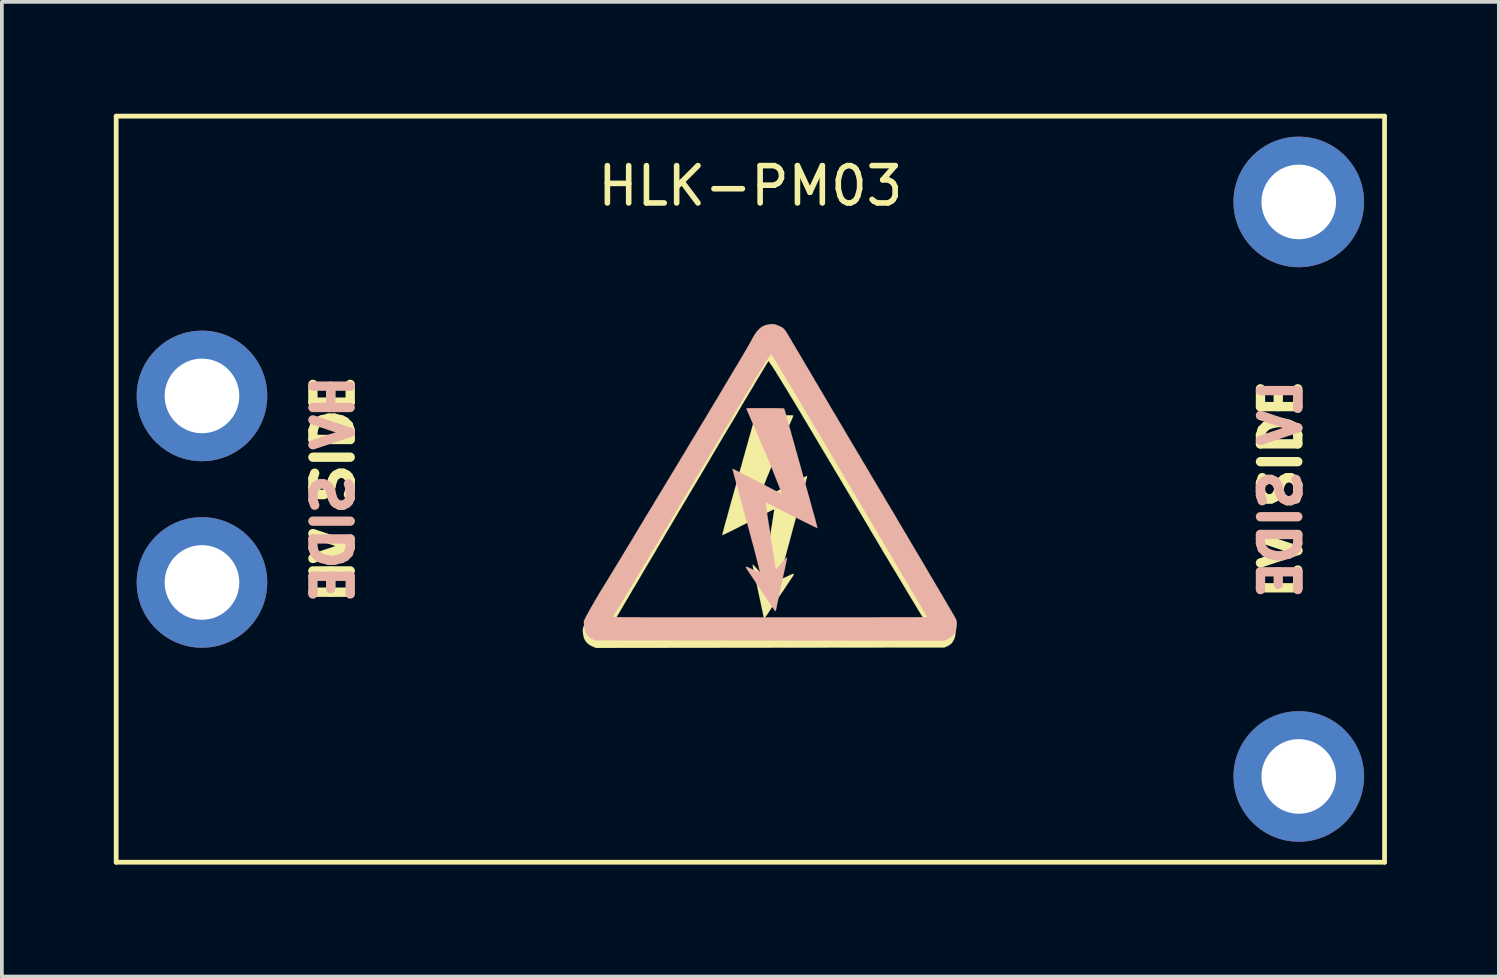
<source format=kicad_pcb>
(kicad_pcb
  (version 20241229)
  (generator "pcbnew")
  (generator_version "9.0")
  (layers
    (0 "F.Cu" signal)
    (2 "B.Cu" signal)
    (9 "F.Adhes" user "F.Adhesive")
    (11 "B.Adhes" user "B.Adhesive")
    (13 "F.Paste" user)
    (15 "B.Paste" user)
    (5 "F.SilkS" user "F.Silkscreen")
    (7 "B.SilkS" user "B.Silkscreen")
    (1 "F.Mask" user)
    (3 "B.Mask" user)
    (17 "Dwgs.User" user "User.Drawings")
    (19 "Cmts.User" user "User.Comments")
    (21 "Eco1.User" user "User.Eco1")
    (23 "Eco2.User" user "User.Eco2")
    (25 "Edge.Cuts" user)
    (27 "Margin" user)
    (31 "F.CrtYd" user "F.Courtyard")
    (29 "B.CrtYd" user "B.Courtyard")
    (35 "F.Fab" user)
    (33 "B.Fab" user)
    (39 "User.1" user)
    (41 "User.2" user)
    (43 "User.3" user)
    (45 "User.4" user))
  (footprint "HLK-PM03"
    (layer "F.Cu")
    (at 17.064 10.063)
    (property "Reference" "HLK-PM03" (at 0 -8.128 0) (layer "F.SilkS") (effects (font (size 1 1) (thickness 0.15))))
    (attr through_hole)
    (fp_line (start -17 -10) (end -17 10) (stroke (width 0.127) (type solid)) (layer "F.SilkS"))
    (fp_line (start -17 10) (end 17 10) (stroke (width 0.127) (type solid)) (layer "F.SilkS"))
    (fp_line (start 17 -10) (end -17 -10) (stroke (width 0.127) (type solid)) (layer "F.SilkS"))
    (fp_line (start 17 10) (end 17 -10) (stroke (width 0.127) (type solid)) (layer "F.SilkS"))
    (fp_poly (pts (xy 1.524 -0.358) (xy 1.521 -0.348) (xy 1.516 -0.323) (xy 1.506 -0.284) (xy 1.494 -0.239) (xy 1.494 -0.229) (xy 1.476 -0.17) (xy 1.458 -0.102) (xy 1.438 -0.028) (xy 1.42 0.036) (xy 1.417 0.043) (xy 1.405 0.089) (xy 1.392 0.132) (xy 1.382 0.175) (xy 1.369 0.221) (xy 1.354 0.272) (xy 1.339 0.33) (xy 1.321 0.401) (xy 1.298 0.485) (xy 1.27 0.587) (xy 1.267 0.589) (xy 1.24 0.696) (xy 1.217 0.782) (xy 1.196 0.859) (xy 1.179 0.922) (xy 1.163 0.98) (xy 1.148 1.031) (xy 1.135 1.082) (xy 1.12 1.133) (xy 1.118 1.146) (xy 1.102 1.204) (xy 1.087 1.262) (xy 1.072 1.316) (xy 1.062 1.356) (xy 1.059 1.367) (xy 1.019 1.514) (xy 0.98 1.656) (xy 0.945 1.788) (xy 0.912 1.913) (xy 0.884 2.024) (xy 0.859 2.126) (xy 0.836 2.212) (xy 0.818 2.289) (xy 0.805 2.347) (xy 0.795 2.388) (xy 0.792 2.413) (xy 0.792 2.421) (xy 0.805 2.418) (xy 0.831 2.408) (xy 0.871 2.39) (xy 0.917 2.37) (xy 0.963 2.349) (xy 1.029 2.319) (xy 1.079 2.296) (xy 1.115 2.281) (xy 1.14 2.273) (xy 1.158 2.271) (xy 1.166 2.273) (xy 1.168 2.273) (xy 1.168 2.276) (xy 1.166 2.283) (xy 1.161 2.294) (xy 1.151 2.309) (xy 1.138 2.332) (xy 1.118 2.365) (xy 1.09 2.405) (xy 1.054 2.459) (xy 1.011 2.522) (xy 0.958 2.601) (xy 0.897 2.695) (xy 0.884 2.715) (xy 0.828 2.794) (xy 0.77 2.883) (xy 0.709 2.972) (xy 0.653 3.058) (xy 0.599 3.137) (xy 0.551 3.205) (xy 0.538 3.226) (xy 0.493 3.297) (xy 0.455 3.353) (xy 0.427 3.393) (xy 0.404 3.424) (xy 0.389 3.447) (xy 0.378 3.457) (xy 0.371 3.462) (xy 0.368 3.462) (xy 0.366 3.457) (xy 0.366 3.454) (xy 0.361 3.439) (xy 0.353 3.409) (xy 0.345 3.368) (xy 0.335 3.32) (xy 0.328 3.284) (xy 0.315 3.231) (xy 0.302 3.165) (xy 0.284 3.086) (xy 0.267 3) (xy 0.246 2.908) (xy 0.226 2.814) (xy 0.218 2.779) (xy 0.198 2.682) (xy 0.178 2.586) (xy 0.157 2.492) (xy 0.137 2.403) (xy 0.119 2.324) (xy 0.107 2.258) (xy 0.094 2.205) (xy 0.091 2.195) (xy 0.081 2.139) (xy 0.071 2.093) (xy 0.064 2.055) (xy 0.061 2.032) (xy 0.061 2.027) (xy 0.069 2.027) (xy 0.079 2.035) (xy 0.099 2.052) (xy 0.127 2.083) (xy 0.165 2.123) (xy 0.211 2.177) (xy 0.262 2.235) (xy 0.3 2.276) (xy 0.328 2.306) (xy 0.345 2.324) (xy 0.358 2.332) (xy 0.363 2.332) (xy 0.366 2.322) (xy 0.371 2.294) (xy 0.376 2.253) (xy 0.386 2.2) (xy 0.394 2.141) (xy 0.396 2.123) (xy 0.409 2.047) (xy 0.422 1.963) (xy 0.434 1.882) (xy 0.447 1.808) (xy 0.455 1.758) (xy 0.465 1.692) (xy 0.478 1.613) (xy 0.49 1.529) (xy 0.503 1.45) (xy 0.508 1.407) (xy 0.518 1.328) (xy 0.533 1.24) (xy 0.546 1.148) (xy 0.561 1.062) (xy 0.566 1.026) (xy 0.579 0.953) (xy 0.589 0.876) (xy 0.602 0.8) (xy 0.612 0.734) (xy 0.617 0.696) (xy 0.625 0.645) (xy 0.632 0.602) (xy 0.638 0.569) (xy 0.64 0.554) (xy 0.64 0.551) (xy 0.64 0.546) (xy 0.632 0.544) (xy 0.62 0.549) (xy 0.594 0.559) (xy 0.561 0.574) (xy 0.513 0.597) (xy 0.455 0.627) (xy 0.378 0.665) (xy 0.335 0.688) (xy 0.15 0.782) (xy -0.018 0.869) (xy -0.168 0.945) (xy -0.302 1.013) (xy -0.417 1.072) (xy -0.516 1.12) (xy -0.597 1.161) (xy -0.66 1.191) (xy -0.709 1.214) (xy -0.739 1.227) (xy -0.752 1.232) (xy -0.752 1.229) (xy -0.752 1.217) (xy -0.744 1.186) (xy -0.732 1.138) (xy -0.716 1.079) (xy -0.699 1.011) (xy -0.678 0.935) (xy -0.655 0.853) (xy -0.63 0.767) (xy -0.612 0.701) (xy -0.594 0.635) (xy -0.577 0.569) (xy -0.559 0.511) (xy -0.546 0.46) (xy -0.538 0.429) (xy -0.526 0.386) (xy -0.511 0.33) (xy -0.493 0.269) (xy -0.478 0.213) (xy -0.46 0.15) (xy -0.439 0.079) (xy -0.422 0.01) (xy -0.409 -0.033) (xy -0.394 -0.084) (xy -0.376 -0.147) (xy -0.356 -0.218) (xy -0.335 -0.292) (xy -0.323 -0.34) (xy -0.305 -0.404) (xy -0.287 -0.47) (xy -0.269 -0.528) (xy -0.257 -0.579) (xy -0.246 -0.61) (xy -0.239 -0.638) (xy -0.226 -0.683) (xy -0.211 -0.742) (xy -0.191 -0.813) (xy -0.168 -0.892) (xy -0.145 -0.978) (xy -0.119 -1.069) (xy -0.107 -1.11) (xy -0.079 -1.209) (xy -0.051 -1.311) (xy -0.023 -1.412) (xy 0.005 -1.509) (xy 0.03 -1.598) (xy 0.051 -1.676) (xy 0.069 -1.737) (xy 0.071 -1.748) (xy 0.089 -1.811) (xy 0.104 -1.867) (xy 0.119 -1.915) (xy 0.132 -1.951) (xy 0.14 -1.971) (xy 0.142 -1.974) (xy 0.155 -1.976) (xy 0.183 -1.976) (xy 0.229 -1.979) (xy 0.287 -1.979) (xy 0.356 -1.981) (xy 0.432 -1.981) (xy 0.511 -1.981) (xy 0.597 -1.981) (xy 0.683 -1.981) (xy 0.772 -1.981) (xy 0.853 -1.981) (xy 0.932 -1.981) (xy 1.001 -1.981) (xy 1.059 -1.981) (xy 1.105 -1.979) (xy 1.135 -1.979) (xy 1.151 -1.976) (xy 1.148 -1.966) (xy 1.14 -1.941) (xy 1.125 -1.905) (xy 1.11 -1.869) (xy 1.011 -1.641) (xy 0.912 -1.417) (xy 0.82 -1.204) (xy 0.732 -0.996) (xy 0.648 -0.8) (xy 0.569 -0.617) (xy 0.5 -0.445) (xy 0.434 -0.287) (xy 0.378 -0.145) (xy 0.328 -0.018) (xy 0.315 0.013) (xy 0.29 0.076) (xy 0.267 0.137) (xy 0.246 0.188) (xy 0.231 0.231) (xy 0.218 0.259) (xy 0.218 0.264) (xy 0.208 0.292) (xy 0.201 0.31) (xy 0.201 0.315) (xy 0.211 0.312) (xy 0.236 0.3) (xy 0.279 0.279) (xy 0.335 0.251) (xy 0.404 0.216) (xy 0.485 0.173) (xy 0.577 0.124) (xy 0.678 0.071) (xy 0.79 0.015) (xy 0.909 -0.046) (xy 0.932 -0.058) (xy 1.026 -0.107) (xy 1.118 -0.155) (xy 1.204 -0.198) (xy 1.283 -0.239) (xy 1.351 -0.274) (xy 1.412 -0.305) (xy 1.463 -0.33) (xy 1.499 -0.348) (xy 1.519 -0.356) (xy 1.524 -0.358)) (stroke (width 0.003) (type solid)) (fill yes) (layer "F.SilkS"))
    (fp_poly (pts (xy 5.507 3.721) (xy 5.504 3.82) (xy 5.491 3.919) (xy 5.469 4.008) (xy 5.428 4.084) (xy 5.405 4.115) (xy 5.382 4.143) (xy 5.354 4.166) (xy 5.321 4.186) (xy 5.283 4.206) (xy 5.199 4.244) (xy 4.729 4.244) (xy 4.729 3.609) (xy 4.722 3.594) (xy 4.707 3.569) (xy 4.684 3.531) (xy 4.656 3.485) (xy 4.638 3.459) (xy 4.62 3.432) (xy 4.608 3.409) (xy 4.592 3.386) (xy 4.58 3.365) (xy 4.564 3.343) (xy 4.549 3.32) (xy 4.534 3.292) (xy 4.514 3.259) (xy 4.488 3.218) (xy 4.46 3.172) (xy 4.427 3.117) (xy 4.387 3.051) (xy 4.341 2.972) (xy 4.285 2.88) (xy 4.221 2.774) (xy 4.155 2.662) (xy 4.097 2.568) (xy 4.044 2.477) (xy 3.993 2.393) (xy 3.947 2.316) (xy 3.907 2.248) (xy 3.871 2.192) (xy 3.846 2.149) (xy 3.828 2.118) (xy 3.818 2.103) (xy 3.807 2.083) (xy 3.787 2.05) (xy 3.759 2.007) (xy 3.729 1.953) (xy 3.696 1.897) (xy 3.678 1.867) (xy 3.635 1.796) (xy 3.586 1.717) (xy 3.538 1.636) (xy 3.495 1.56) (xy 3.454 1.494) (xy 3.454 1.491) (xy 3.416 1.43) (xy 3.378 1.364) (xy 3.343 1.303) (xy 3.31 1.25) (xy 3.287 1.212) (xy 3.261 1.168) (xy 3.228 1.115) (xy 3.193 1.052) (xy 3.155 0.986) (xy 3.117 0.922) (xy 3.114 0.919) (xy 3.073 0.851) (xy 3.028 0.772) (xy 2.977 0.688) (xy 2.929 0.607) (xy 2.885 0.536) (xy 2.845 0.467) (xy 2.799 0.386) (xy 2.748 0.302) (xy 2.697 0.216) (xy 2.649 0.135) (xy 2.626 0.099) (xy 2.583 0.023) (xy 2.532 -0.058) (xy 2.482 -0.145) (xy 2.433 -0.226) (xy 2.39 -0.3) (xy 2.372 -0.33) (xy 2.337 -0.389) (xy 2.304 -0.442) (xy 2.276 -0.49) (xy 2.253 -0.528) (xy 2.238 -0.554) (xy 2.235 -0.559) (xy 2.223 -0.579) (xy 2.202 -0.615) (xy 2.177 -0.658) (xy 2.146 -0.709) (xy 2.123 -0.744) (xy 2.093 -0.798) (xy 2.065 -0.846) (xy 2.04 -0.886) (xy 2.022 -0.917) (xy 2.014 -0.93) (xy 2.004 -0.95) (xy 1.984 -0.983) (xy 1.956 -1.026) (xy 1.925 -1.079) (xy 1.892 -1.135) (xy 1.877 -1.161) (xy 1.834 -1.232) (xy 1.786 -1.313) (xy 1.735 -1.4) (xy 1.684 -1.483) (xy 1.641 -1.56) (xy 1.638 -1.562) (xy 1.6 -1.623) (xy 1.567 -1.681) (xy 1.534 -1.735) (xy 1.509 -1.781) (xy 1.488 -1.811) (xy 1.483 -1.821) (xy 1.466 -1.852) (xy 1.438 -1.897) (xy 1.402 -1.956) (xy 1.361 -2.027) (xy 1.313 -2.106) (xy 1.26 -2.195) (xy 1.204 -2.289) (xy 1.146 -2.385) (xy 1.085 -2.484) (xy 1.026 -2.583) (xy 0.968 -2.68) (xy 0.909 -2.774) (xy 0.856 -2.86) (xy 0.808 -2.941) (xy 0.765 -3.012) (xy 0.726 -3.073) (xy 0.721 -3.078) (xy 0.683 -3.145) (xy 0.643 -3.205) (xy 0.605 -3.266) (xy 0.569 -3.32) (xy 0.536 -3.365) (xy 0.513 -3.401) (xy 0.498 -3.426) (xy 0.488 -3.434) (xy 0.483 -3.426) (xy 0.465 -3.401) (xy 0.439 -3.363) (xy 0.406 -3.307) (xy 0.366 -3.241) (xy 0.318 -3.162) (xy 0.264 -3.071) (xy 0.203 -2.972) (xy 0.137 -2.863) (xy 0.069 -2.743) (xy -0.008 -2.619) (xy -0.084 -2.489) (xy -0.165 -2.355) (xy -0.206 -2.283) (xy -0.221 -2.261) (xy -0.244 -2.223) (xy -0.272 -2.174) (xy -0.307 -2.116) (xy -0.343 -2.052) (xy -0.381 -1.986) (xy -0.551 -1.702) (xy -0.714 -1.43) (xy -0.869 -1.168) (xy -1.019 -0.914) (xy -1.163 -0.668) (xy -1.308 -0.422) (xy -1.349 -0.353) (xy -1.387 -0.292) (xy -1.422 -0.231) (xy -1.455 -0.175) (xy -1.483 -0.13) (xy -1.504 -0.094) (xy -1.509 -0.084) (xy -1.527 -0.056) (xy -1.552 -0.013) (xy -1.582 0.038) (xy -1.618 0.097) (xy -1.656 0.163) (xy -1.684 0.208) (xy -1.722 0.274) (xy -1.76 0.338) (xy -1.796 0.396) (xy -1.826 0.447) (xy -1.849 0.485) (xy -1.859 0.505) (xy -1.882 0.541) (xy -1.91 0.587) (xy -1.941 0.64) (xy -1.971 0.693) (xy -1.976 0.701) (xy -2.024 0.782) (xy -2.073 0.866) (xy -2.121 0.947) (xy -2.167 1.026) (xy -2.21 1.095) (xy -2.243 1.151) (xy -2.256 1.171) (xy -2.281 1.214) (xy -2.306 1.26) (xy -2.329 1.298) (xy -2.332 1.3) (xy -2.344 1.326) (xy -2.37 1.367) (xy -2.403 1.422) (xy -2.446 1.496) (xy -2.497 1.582) (xy -2.555 1.684) (xy -2.624 1.798) (xy -2.697 1.923) (xy -2.781 2.062) (xy -2.87 2.212) (xy -2.873 2.217) (xy -2.918 2.296) (xy -2.967 2.38) (xy -3.018 2.466) (xy -3.066 2.548) (xy -3.109 2.621) (xy -3.137 2.664) (xy -3.175 2.728) (xy -3.213 2.797) (xy -3.251 2.86) (xy -3.284 2.918) (xy -3.312 2.964) (xy -3.317 2.969) (xy -3.345 3.018) (xy -3.373 3.066) (xy -3.396 3.106) (xy -3.414 3.134) (xy -3.454 3.205) (xy -3.495 3.274) (xy -3.536 3.343) (xy -3.574 3.409) (xy -3.609 3.467) (xy -3.64 3.518) (xy -3.663 3.559) (xy -3.68 3.586) (xy -3.688 3.599) (xy -3.691 3.599) (xy -3.698 3.614) (xy -3.698 3.617) (xy -3.688 3.617) (xy -3.66 3.619) (xy -3.612 3.619) (xy -3.546 3.619) (xy -3.462 3.619) (xy -3.36 3.622) (xy -3.246 3.622) (xy -3.114 3.622) (xy -2.967 3.622) (xy -2.807 3.622) (xy -2.631 3.622) (xy -2.443 3.622) (xy -2.245 3.625) (xy -2.035 3.625) (xy -1.811 3.625) (xy -1.58 3.625) (xy -1.339 3.625) (xy -1.087 3.625) (xy -0.828 3.625) (xy -0.564 3.625) (xy -0.29 3.625) (xy -0.01 3.625) (xy 0.277 3.625) (xy 0.518 3.625) (xy 0.866 3.625) (xy 1.194 3.625) (xy 1.501 3.625) (xy 1.791 3.625) (xy 2.065 3.625) (xy 2.319 3.625) (xy 2.558 3.625) (xy 2.781 3.625) (xy 2.99 3.625) (xy 3.18 3.625) (xy 3.358 3.625) (xy 3.52 3.625) (xy 3.673 3.625) (xy 3.81 3.625) (xy 3.934 3.625) (xy 4.049 3.622) (xy 4.15 3.622) (xy 4.242 3.622) (xy 4.323 3.622) (xy 4.397 3.622) (xy 4.46 3.622) (xy 4.516 3.619) (xy 4.562 3.619) (xy 4.602 3.619) (xy 4.636 3.617) (xy 4.663 3.617) (xy 4.686 3.617) (xy 4.702 3.614) (xy 4.714 3.614) (xy 4.722 3.612) (xy 4.727 3.612) (xy 4.729 3.609) (xy 4.729 4.244) (xy 0.531 4.249) (xy -4.135 4.255) (xy -4.224 4.219) (xy -4.308 4.176) (xy -4.376 4.122) (xy -4.427 4.059) (xy -4.463 3.983) (xy -4.483 3.894) (xy -4.491 3.8) (xy -4.491 3.772) (xy -4.488 3.749) (xy -4.486 3.729) (xy -4.481 3.706) (xy -4.47 3.68) (xy -4.455 3.65) (xy -4.432 3.609) (xy -4.404 3.559) (xy -4.366 3.495) (xy -4.346 3.459) (xy -4.313 3.404) (xy -4.28 3.348) (xy -4.252 3.299) (xy -4.229 3.261) (xy -4.214 3.236) (xy -4.196 3.203) (xy -4.168 3.157) (xy -4.135 3.101) (xy -4.1 3.038) (xy -4.059 2.969) (xy -4.018 2.901) (xy -3.98 2.835) (xy -3.973 2.824) (xy -3.95 2.786) (xy -3.922 2.738) (xy -3.889 2.682) (xy -3.853 2.621) (xy -3.818 2.563) (xy -3.777 2.494) (xy -3.731 2.416) (xy -3.683 2.334) (xy -3.637 2.256) (xy -3.609 2.207) (xy -3.571 2.144) (xy -3.531 2.075) (xy -3.49 2.007) (xy -3.454 1.946) (xy -3.429 1.902) (xy -3.399 1.852) (xy -3.363 1.791) (xy -3.322 1.725) (xy -3.282 1.656) (xy -3.246 1.593) (xy -3.208 1.529) (xy -3.17 1.463) (xy -3.132 1.4) (xy -3.099 1.346) (xy -3.073 1.303) (xy -3.073 1.3) (xy -3.058 1.278) (xy -3.043 1.25) (xy -3.023 1.217) (xy -3.002 1.181) (xy -2.974 1.138) (xy -2.944 1.085) (xy -2.908 1.024) (xy -2.868 0.955) (xy -2.819 0.871) (xy -2.764 0.777) (xy -2.7 0.671) (xy -2.626 0.549) (xy -2.545 0.409) (xy -2.54 0.404) (xy -2.497 0.328) (xy -2.451 0.254) (xy -2.408 0.18) (xy -2.37 0.117) (xy -2.337 0.061) (xy -2.311 0.018) (xy -2.301 0) (xy -2.281 -0.033) (xy -2.253 -0.079) (xy -2.217 -0.14) (xy -2.177 -0.208) (xy -2.134 -0.282) (xy -2.088 -0.361) (xy -2.047 -0.429) (xy -1.963 -0.569) (xy -1.885 -0.704) (xy -1.808 -0.831) (xy -1.737 -0.95) (xy -1.671 -1.059) (xy -1.613 -1.158) (xy -1.562 -1.245) (xy -1.521 -1.313) (xy -1.499 -1.351) (xy -1.481 -1.384) (xy -1.453 -1.433) (xy -1.417 -1.491) (xy -1.374 -1.562) (xy -1.328 -1.641) (xy -1.28 -1.725) (xy -1.229 -1.811) (xy -1.191 -1.872) (xy -1.138 -1.961) (xy -1.085 -2.052) (xy -1.031 -2.141) (xy -0.983 -2.225) (xy -0.937 -2.304) (xy -0.897 -2.37) (xy -0.866 -2.423) (xy -0.851 -2.449) (xy -0.813 -2.512) (xy -0.772 -2.583) (xy -0.732 -2.652) (xy -0.693 -2.713) (xy -0.673 -2.748) (xy -0.643 -2.802) (xy -0.605 -2.865) (xy -0.564 -2.934) (xy -0.523 -3.005) (xy -0.493 -3.053) (xy -0.419 -3.178) (xy -0.356 -3.289) (xy -0.297 -3.388) (xy -0.246 -3.475) (xy -0.203 -3.546) (xy -0.17 -3.602) (xy -0.147 -3.642) (xy -0.132 -3.665) (xy -0.117 -3.691) (xy -0.094 -3.729) (xy -0.069 -3.774) (xy -0.038 -3.825) (xy -0.03 -3.835) (xy 0.015 -3.917) (xy 0.053 -3.98) (xy 0.086 -4.031) (xy 0.114 -4.072) (xy 0.142 -4.102) (xy 0.168 -4.128) (xy 0.196 -4.148) (xy 0.226 -4.166) (xy 0.264 -4.181) (xy 0.307 -4.199) (xy 0.315 -4.201) (xy 0.358 -4.219) (xy 0.389 -4.229) (xy 0.419 -4.234) (xy 0.45 -4.234) (xy 0.495 -4.234) (xy 0.579 -4.221) (xy 0.658 -4.201) (xy 0.732 -4.166) (xy 0.798 -4.115) (xy 0.861 -4.049) (xy 0.922 -3.967) (xy 0.98 -3.866) (xy 1.013 -3.805) (xy 1.026 -3.78) (xy 1.049 -3.739) (xy 1.079 -3.686) (xy 1.115 -3.622) (xy 1.158 -3.551) (xy 1.204 -3.472) (xy 1.252 -3.391) (xy 1.3 -3.307) (xy 1.351 -3.223) (xy 1.4 -3.142) (xy 1.443 -3.068) (xy 1.46 -3.043) (xy 1.483 -3) (xy 1.516 -2.949) (xy 1.552 -2.888) (xy 1.59 -2.822) (xy 1.631 -2.753) (xy 1.633 -2.748) (xy 1.687 -2.662) (xy 1.748 -2.558) (xy 1.819 -2.438) (xy 1.897 -2.306) (xy 1.986 -2.159) (xy 2.083 -1.999) (xy 2.184 -1.829) (xy 2.294 -1.646) (xy 2.41 -1.453) (xy 2.532 -1.25) (xy 2.659 -1.041) (xy 2.789 -0.823) (xy 2.926 -0.597) (xy 3.063 -0.368) (xy 3.205 -0.132) (xy 3.35 0.104) (xy 3.386 0.165) (xy 3.449 0.269) (xy 3.518 0.381) (xy 3.592 0.503) (xy 3.665 0.627) (xy 3.741 0.752) (xy 3.818 0.876) (xy 3.891 0.998) (xy 3.96 1.115) (xy 4.026 1.222) (xy 4.084 1.318) (xy 4.135 1.402) (xy 4.163 1.453) (xy 4.249 1.595) (xy 4.326 1.722) (xy 4.397 1.836) (xy 4.46 1.943) (xy 4.519 2.042) (xy 4.577 2.136) (xy 4.633 2.228) (xy 4.689 2.319) (xy 4.747 2.416) (xy 4.801 2.504) (xy 4.902 2.67) (xy 4.994 2.819) (xy 5.077 2.954) (xy 5.151 3.078) (xy 5.215 3.188) (xy 5.273 3.289) (xy 5.326 3.381) (xy 5.372 3.462) (xy 5.413 3.538) (xy 5.446 3.599) (xy 5.507 3.721)) (stroke (width 0.003) (type solid)) (fill yes) (layer "F.SilkS"))
    (fp_poly (pts (xy -0.48 -0.549) (xy -0.478 -0.538) (xy -0.472 -0.513) (xy -0.462 -0.475) (xy -0.45 -0.429) (xy -0.45 -0.419) (xy -0.432 -0.361) (xy -0.414 -0.292) (xy -0.394 -0.218) (xy -0.376 -0.155) (xy -0.373 -0.147) (xy -0.361 -0.102) (xy -0.348 -0.058) (xy -0.338 -0.015) (xy -0.325 0.03) (xy -0.31 0.081) (xy -0.295 0.14) (xy -0.277 0.211) (xy -0.254 0.295) (xy -0.226 0.396) (xy -0.224 0.399) (xy -0.196 0.505) (xy -0.173 0.592) (xy -0.152 0.668) (xy -0.135 0.732) (xy -0.119 0.79) (xy -0.104 0.841) (xy -0.091 0.892) (xy -0.076 0.942) (xy -0.074 0.955) (xy -0.058 1.013) (xy -0.043 1.072) (xy -0.028 1.125) (xy -0.018 1.166) (xy -0.015 1.176) (xy 0.025 1.323) (xy 0.064 1.466) (xy 0.099 1.598) (xy 0.132 1.722) (xy 0.16 1.834) (xy 0.185 1.935) (xy 0.208 2.022) (xy 0.226 2.098) (xy 0.239 2.156) (xy 0.249 2.197) (xy 0.251 2.223) (xy 0.251 2.23) (xy 0.239 2.228) (xy 0.213 2.217) (xy 0.173 2.2) (xy 0.127 2.179) (xy 0.081 2.159) (xy 0.015 2.129) (xy -0.036 2.106) (xy -0.071 2.09) (xy -0.097 2.083) (xy -0.114 2.08) (xy -0.122 2.083) (xy -0.124 2.083) (xy -0.124 2.085) (xy -0.122 2.093) (xy -0.117 2.103) (xy -0.107 2.118) (xy -0.094 2.141) (xy -0.074 2.174) (xy -0.046 2.215) (xy -0.01 2.268) (xy 0.033 2.332) (xy 0.086 2.41) (xy 0.147 2.504) (xy 0.16 2.525) (xy 0.216 2.603) (xy 0.274 2.692) (xy 0.335 2.781) (xy 0.391 2.868) (xy 0.445 2.946) (xy 0.493 3.015) (xy 0.505 3.035) (xy 0.551 3.106) (xy 0.589 3.162) (xy 0.617 3.203) (xy 0.64 3.233) (xy 0.655 3.256) (xy 0.665 3.266) (xy 0.673 3.272) (xy 0.676 3.272) (xy 0.678 3.266) (xy 0.678 3.264) (xy 0.683 3.249) (xy 0.691 3.218) (xy 0.699 3.178) (xy 0.709 3.129) (xy 0.716 3.094) (xy 0.729 3.04) (xy 0.742 2.974) (xy 0.759 2.896) (xy 0.777 2.809) (xy 0.798 2.718) (xy 0.818 2.624) (xy 0.826 2.588) (xy 0.846 2.492) (xy 0.866 2.395) (xy 0.886 2.301) (xy 0.907 2.212) (xy 0.925 2.134) (xy 0.937 2.068) (xy 0.95 2.014) (xy 0.953 2.004) (xy 0.963 1.948) (xy 0.973 1.902) (xy 0.98 1.864) (xy 0.983 1.841) (xy 0.983 1.836) (xy 0.975 1.836) (xy 0.965 1.844) (xy 0.945 1.862) (xy 0.917 1.892) (xy 0.879 1.933) (xy 0.833 1.986) (xy 0.782 2.045) (xy 0.744 2.085) (xy 0.716 2.116) (xy 0.699 2.134) (xy 0.686 2.141) (xy 0.681 2.141) (xy 0.678 2.131) (xy 0.673 2.103) (xy 0.668 2.062) (xy 0.658 2.009) (xy 0.65 1.951) (xy 0.648 1.933) (xy 0.635 1.857) (xy 0.622 1.773) (xy 0.61 1.692) (xy 0.597 1.618) (xy 0.589 1.567) (xy 0.579 1.501) (xy 0.566 1.422) (xy 0.554 1.339) (xy 0.541 1.26) (xy 0.536 1.217) (xy 0.526 1.138) (xy 0.511 1.049) (xy 0.498 0.958) (xy 0.483 0.871) (xy 0.478 0.836) (xy 0.465 0.762) (xy 0.455 0.686) (xy 0.442 0.61) (xy 0.432 0.544) (xy 0.427 0.505) (xy 0.419 0.455) (xy 0.411 0.411) (xy 0.406 0.378) (xy 0.404 0.363) (xy 0.404 0.361) (xy 0.404 0.356) (xy 0.411 0.353) (xy 0.424 0.358) (xy 0.45 0.368) (xy 0.483 0.384) (xy 0.531 0.406) (xy 0.589 0.437) (xy 0.665 0.475) (xy 0.709 0.498) (xy 0.894 0.592) (xy 1.062 0.678) (xy 1.212 0.754) (xy 1.346 0.823) (xy 1.46 0.881) (xy 1.56 0.93) (xy 1.641 0.97) (xy 1.704 1.001) (xy 1.753 1.024) (xy 1.783 1.036) (xy 1.796 1.041) (xy 1.796 1.039) (xy 1.796 1.026) (xy 1.788 0.996) (xy 1.775 0.947) (xy 1.76 0.889) (xy 1.742 0.82) (xy 1.722 0.744) (xy 1.699 0.663) (xy 1.674 0.577) (xy 1.656 0.511) (xy 1.638 0.445) (xy 1.621 0.378) (xy 1.603 0.32) (xy 1.59 0.269) (xy 1.582 0.239) (xy 1.57 0.196) (xy 1.554 0.14) (xy 1.537 0.079) (xy 1.521 0.023) (xy 1.504 -0.041) (xy 1.483 -0.112) (xy 1.466 -0.18) (xy 1.453 -0.224) (xy 1.438 -0.274) (xy 1.42 -0.338) (xy 1.4 -0.409) (xy 1.379 -0.483) (xy 1.367 -0.531) (xy 1.349 -0.594) (xy 1.331 -0.66) (xy 1.313 -0.719) (xy 1.3 -0.77) (xy 1.29 -0.8) (xy 1.283 -0.828) (xy 1.27 -0.874) (xy 1.255 -0.932) (xy 1.234 -1.003) (xy 1.212 -1.082) (xy 1.189 -1.168) (xy 1.163 -1.26) (xy 1.151 -1.3) (xy 1.123 -1.4) (xy 1.095 -1.501) (xy 1.067 -1.603) (xy 1.039 -1.699) (xy 1.013 -1.788) (xy 0.993 -1.867) (xy 0.975 -1.928) (xy 0.973 -1.938) (xy 0.955 -2.002) (xy 0.94 -2.057) (xy 0.925 -2.106) (xy 0.912 -2.141) (xy 0.904 -2.162) (xy 0.902 -2.164) (xy 0.889 -2.167) (xy 0.861 -2.167) (xy 0.815 -2.169) (xy 0.757 -2.169) (xy 0.688 -2.172) (xy 0.612 -2.172) (xy 0.533 -2.172) (xy 0.447 -2.172) (xy 0.361 -2.172) (xy 0.272 -2.172) (xy 0.191 -2.172) (xy 0.112 -2.172) (xy 0.043 -2.172) (xy -0.015 -2.172) (xy -0.061 -2.169) (xy -0.091 -2.169) (xy -0.107 -2.167) (xy -0.104 -2.156) (xy -0.097 -2.131) (xy -0.081 -2.095) (xy -0.066 -2.06) (xy 0.033 -1.831) (xy 0.132 -1.608) (xy 0.224 -1.394) (xy 0.312 -1.186) (xy 0.396 -0.991) (xy 0.475 -0.808) (xy 0.544 -0.635) (xy 0.61 -0.478) (xy 0.665 -0.335) (xy 0.716 -0.208) (xy 0.729 -0.178) (xy 0.754 -0.114) (xy 0.777 -0.053) (xy 0.798 -0.003) (xy 0.813 0.041) (xy 0.826 0.069) (xy 0.826 0.074) (xy 0.836 0.102) (xy 0.843 0.119) (xy 0.843 0.124) (xy 0.833 0.122) (xy 0.808 0.109) (xy 0.765 0.089) (xy 0.709 0.061) (xy 0.64 0.025) (xy 0.559 -0.018) (xy 0.467 -0.066) (xy 0.366 -0.119) (xy 0.254 -0.175) (xy 0.135 -0.236) (xy 0.112 -0.249) (xy 0.018 -0.297) (xy -0.074 -0.345) (xy -0.16 -0.389) (xy -0.239 -0.429) (xy -0.307 -0.465) (xy -0.368 -0.495) (xy -0.419 -0.521) (xy -0.455 -0.538) (xy -0.475 -0.546) (xy -0.48 -0.549)) (stroke (width 0.003) (type solid)) (fill yes) (layer "B.SilkS"))
    (fp_poly (pts (xy -4.463 3.531) (xy -4.46 3.63) (xy -4.448 3.729) (xy -4.425 3.818) (xy -4.384 3.894) (xy -4.361 3.924) (xy -4.338 3.952) (xy -4.31 3.975) (xy -4.277 3.995) (xy -4.239 4.016) (xy -4.155 4.054) (xy -3.686 4.054) (xy -3.686 3.419) (xy -3.678 3.404) (xy -3.663 3.378) (xy -3.64 3.34) (xy -3.612 3.294) (xy -3.594 3.269) (xy -3.576 3.241) (xy -3.564 3.218) (xy -3.548 3.195) (xy -3.536 3.175) (xy -3.52 3.152) (xy -3.505 3.129) (xy -3.49 3.101) (xy -3.47 3.068) (xy -3.444 3.028) (xy -3.416 2.982) (xy -3.383 2.926) (xy -3.343 2.86) (xy -3.297 2.781) (xy -3.241 2.69) (xy -3.178 2.583) (xy -3.111 2.471) (xy -3.053 2.377) (xy -3 2.286) (xy -2.949 2.202) (xy -2.903 2.126) (xy -2.863 2.057) (xy -2.827 2.002) (xy -2.802 1.958) (xy -2.784 1.928) (xy -2.774 1.913) (xy -2.764 1.892) (xy -2.743 1.859) (xy -2.715 1.816) (xy -2.685 1.763) (xy -2.652 1.707) (xy -2.634 1.676) (xy -2.591 1.605) (xy -2.543 1.527) (xy -2.494 1.445) (xy -2.451 1.369) (xy -2.41 1.303) (xy -2.41 1.3) (xy -2.372 1.24) (xy -2.334 1.173) (xy -2.299 1.113) (xy -2.266 1.059) (xy -2.243 1.021) (xy -2.217 0.978) (xy -2.184 0.925) (xy -2.149 0.861) (xy -2.111 0.795) (xy -2.073 0.732) (xy -2.07 0.729) (xy -2.029 0.66) (xy -1.984 0.582) (xy -1.933 0.498) (xy -1.885 0.417) (xy -1.841 0.345) (xy -1.801 0.277) (xy -1.755 0.196) (xy -1.704 0.112) (xy -1.654 0.025) (xy -1.605 -0.056) (xy -1.582 -0.091) (xy -1.539 -0.168) (xy -1.488 -0.249) (xy -1.438 -0.335) (xy -1.389 -0.417) (xy -1.346 -0.49) (xy -1.328 -0.521) (xy -1.293 -0.579) (xy -1.26 -0.632) (xy -1.232 -0.681) (xy -1.209 -0.719) (xy -1.194 -0.744) (xy -1.191 -0.749) (xy -1.179 -0.77) (xy -1.158 -0.805) (xy -1.133 -0.848) (xy -1.102 -0.899) (xy -1.079 -0.935) (xy -1.049 -0.988) (xy -1.021 -1.036) (xy -0.996 -1.077) (xy -0.978 -1.107) (xy -0.97 -1.12) (xy -0.96 -1.14) (xy -0.94 -1.173) (xy -0.912 -1.217) (xy -0.881 -1.27) (xy -0.848 -1.326) (xy -0.833 -1.351) (xy -0.79 -1.422) (xy -0.742 -1.504) (xy -0.691 -1.59) (xy -0.64 -1.674) (xy -0.597 -1.75) (xy -0.594 -1.753) (xy -0.556 -1.814) (xy -0.523 -1.872) (xy -0.49 -1.925) (xy -0.465 -1.971) (xy -0.445 -2.002) (xy -0.439 -2.012) (xy -0.422 -2.042) (xy -0.394 -2.088) (xy -0.358 -2.146) (xy -0.318 -2.217) (xy -0.269 -2.296) (xy -0.216 -2.385) (xy -0.16 -2.479) (xy -0.102 -2.576) (xy -0.041 -2.675) (xy 0.018 -2.774) (xy 0.076 -2.87) (xy 0.135 -2.964) (xy 0.188 -3.051) (xy 0.236 -3.132) (xy 0.279 -3.203) (xy 0.318 -3.264) (xy 0.323 -3.269) (xy 0.361 -3.335) (xy 0.401 -3.396) (xy 0.439 -3.457) (xy 0.475 -3.51) (xy 0.508 -3.556) (xy 0.531 -3.592) (xy 0.546 -3.617) (xy 0.556 -3.625) (xy 0.561 -3.617) (xy 0.579 -3.592) (xy 0.605 -3.553) (xy 0.638 -3.498) (xy 0.678 -3.432) (xy 0.726 -3.353) (xy 0.78 -3.261) (xy 0.841 -3.162) (xy 0.907 -3.053) (xy 0.975 -2.934) (xy 1.052 -2.809) (xy 1.128 -2.68) (xy 1.209 -2.545) (xy 1.25 -2.474) (xy 1.265 -2.451) (xy 1.288 -2.413) (xy 1.316 -2.365) (xy 1.351 -2.306) (xy 1.387 -2.243) (xy 1.425 -2.177) (xy 1.595 -1.892) (xy 1.758 -1.621) (xy 1.913 -1.359) (xy 2.062 -1.105) (xy 2.207 -0.859) (xy 2.352 -0.612) (xy 2.393 -0.544) (xy 2.431 -0.483) (xy 2.466 -0.422) (xy 2.499 -0.366) (xy 2.527 -0.32) (xy 2.548 -0.284) (xy 2.553 -0.274) (xy 2.57 -0.246) (xy 2.596 -0.203) (xy 2.626 -0.152) (xy 2.662 -0.094) (xy 2.7 -0.028) (xy 2.728 0.018) (xy 2.766 0.084) (xy 2.804 0.147) (xy 2.84 0.206) (xy 2.87 0.257) (xy 2.893 0.295) (xy 2.903 0.315) (xy 2.926 0.351) (xy 2.954 0.396) (xy 2.985 0.45) (xy 3.015 0.503) (xy 3.02 0.511) (xy 3.068 0.592) (xy 3.117 0.676) (xy 3.165 0.757) (xy 3.211 0.836) (xy 3.254 0.904) (xy 3.287 0.96) (xy 3.299 0.98) (xy 3.325 1.024) (xy 3.35 1.069) (xy 3.373 1.107) (xy 3.376 1.11) (xy 3.388 1.135) (xy 3.414 1.176) (xy 3.447 1.232) (xy 3.49 1.306) (xy 3.541 1.392) (xy 3.599 1.494) (xy 3.668 1.608) (xy 3.741 1.732) (xy 3.825 1.872) (xy 3.914 2.022) (xy 3.917 2.027) (xy 3.962 2.106) (xy 4.011 2.189) (xy 4.061 2.276) (xy 4.11 2.357) (xy 4.153 2.431) (xy 4.181 2.474) (xy 4.219 2.537) (xy 4.257 2.606) (xy 4.295 2.67) (xy 4.328 2.728) (xy 4.356 2.774) (xy 4.361 2.779) (xy 4.389 2.827) (xy 4.417 2.875) (xy 4.44 2.916) (xy 4.458 2.944) (xy 4.498 3.015) (xy 4.539 3.084) (xy 4.58 3.152) (xy 4.618 3.218) (xy 4.653 3.277) (xy 4.684 3.327) (xy 4.707 3.368) (xy 4.724 3.396) (xy 4.732 3.409) (xy 4.735 3.409) (xy 4.742 3.424) (xy 4.742 3.426) (xy 4.732 3.426) (xy 4.704 3.429) (xy 4.656 3.429) (xy 4.59 3.429) (xy 4.506 3.429) (xy 4.404 3.432) (xy 4.29 3.432) (xy 4.158 3.432) (xy 4.011 3.432) (xy 3.851 3.432) (xy 3.675 3.432) (xy 3.487 3.432) (xy 3.289 3.434) (xy 3.078 3.434) (xy 2.855 3.434) (xy 2.624 3.434) (xy 2.383 3.434) (xy 2.131 3.434) (xy 1.872 3.434) (xy 1.608 3.434) (xy 1.333 3.434) (xy 1.054 3.434) (xy 0.767 3.434) (xy 0.526 3.434) (xy 0.178 3.434) (xy -0.15 3.434) (xy -0.457 3.434) (xy -0.747 3.434) (xy -1.021 3.434) (xy -1.275 3.434) (xy -1.514 3.434) (xy -1.737 3.434) (xy -1.946 3.434) (xy -2.136 3.434) (xy -2.314 3.434) (xy -2.477 3.434) (xy -2.629 3.434) (xy -2.766 3.434) (xy -2.891 3.434) (xy -3.005 3.432) (xy -3.106 3.432) (xy -3.198 3.432) (xy -3.279 3.432) (xy -3.353 3.432) (xy -3.416 3.432) (xy -3.472 3.429) (xy -3.518 3.429) (xy -3.559 3.429) (xy -3.592 3.426) (xy -3.619 3.426) (xy -3.642 3.426) (xy -3.658 3.424) (xy -3.67 3.424) (xy -3.678 3.421) (xy -3.683 3.421) (xy -3.686 3.419) (xy -3.686 4.054) (xy 0.513 4.059) (xy 5.179 4.064) (xy 5.268 4.028) (xy 5.352 3.985) (xy 5.42 3.932) (xy 5.471 3.868) (xy 5.507 3.792) (xy 5.527 3.703) (xy 5.535 3.609) (xy 5.535 3.581) (xy 5.532 3.559) (xy 5.53 3.538) (xy 5.524 3.515) (xy 5.514 3.49) (xy 5.499 3.459) (xy 5.476 3.419) (xy 5.448 3.368) (xy 5.41 3.305) (xy 5.39 3.269) (xy 5.357 3.213) (xy 5.324 3.157) (xy 5.296 3.109) (xy 5.273 3.071) (xy 5.258 3.045) (xy 5.24 3.012) (xy 5.212 2.967) (xy 5.179 2.911) (xy 5.144 2.847) (xy 5.103 2.779) (xy 5.062 2.71) (xy 5.024 2.644) (xy 5.016 2.634) (xy 4.994 2.596) (xy 4.966 2.548) (xy 4.933 2.492) (xy 4.897 2.431) (xy 4.862 2.372) (xy 4.821 2.304) (xy 4.775 2.225) (xy 4.727 2.144) (xy 4.681 2.065) (xy 4.653 2.017) (xy 4.615 1.953) (xy 4.575 1.885) (xy 4.534 1.816) (xy 4.498 1.755) (xy 4.473 1.712) (xy 4.442 1.661) (xy 4.407 1.6) (xy 4.366 1.534) (xy 4.326 1.466) (xy 4.29 1.402) (xy 4.252 1.339) (xy 4.214 1.273) (xy 4.176 1.209) (xy 4.143 1.156) (xy 4.117 1.113) (xy 4.117 1.11) (xy 4.102 1.087) (xy 4.087 1.059) (xy 4.067 1.026) (xy 4.046 0.991) (xy 4.018 0.947) (xy 3.988 0.894) (xy 3.952 0.833) (xy 3.912 0.765) (xy 3.863 0.681) (xy 3.807 0.587) (xy 3.744 0.48) (xy 3.67 0.358) (xy 3.589 0.218) (xy 3.584 0.213) (xy 3.541 0.137) (xy 3.495 0.064) (xy 3.452 -0.01) (xy 3.414 -0.074) (xy 3.381 -0.13) (xy 3.355 -0.173) (xy 3.345 -0.191) (xy 3.325 -0.224) (xy 3.297 -0.269) (xy 3.261 -0.33) (xy 3.221 -0.399) (xy 3.178 -0.472) (xy 3.132 -0.551) (xy 3.091 -0.62) (xy 3.007 -0.759) (xy 2.929 -0.894) (xy 2.852 -1.021) (xy 2.781 -1.14) (xy 2.715 -1.25) (xy 2.657 -1.349) (xy 2.606 -1.435) (xy 2.565 -1.504) (xy 2.543 -1.542) (xy 2.525 -1.575) (xy 2.497 -1.623) (xy 2.461 -1.681) (xy 2.418 -1.753) (xy 2.372 -1.831) (xy 2.324 -1.915) (xy 2.273 -2.002) (xy 2.235 -2.062) (xy 2.182 -2.151) (xy 2.129 -2.243) (xy 2.075 -2.332) (xy 2.027 -2.416) (xy 1.981 -2.494) (xy 1.941 -2.56) (xy 1.91 -2.614) (xy 1.895 -2.639) (xy 1.857 -2.703) (xy 1.816 -2.774) (xy 1.775 -2.842) (xy 1.737 -2.903) (xy 1.717 -2.939) (xy 1.687 -2.992) (xy 1.648 -3.056) (xy 1.608 -3.124) (xy 1.567 -3.195) (xy 1.537 -3.244) (xy 1.463 -3.368) (xy 1.4 -3.48) (xy 1.341 -3.579) (xy 1.29 -3.665) (xy 1.247 -3.736) (xy 1.214 -3.792) (xy 1.191 -3.833) (xy 1.176 -3.856) (xy 1.161 -3.881) (xy 1.138 -3.919) (xy 1.113 -3.965) (xy 1.082 -4.016) (xy 1.074 -4.026) (xy 1.029 -4.107) (xy 0.991 -4.171) (xy 0.958 -4.221) (xy 0.93 -4.262) (xy 0.902 -4.293) (xy 0.876 -4.318) (xy 0.848 -4.338) (xy 0.818 -4.356) (xy 0.78 -4.371) (xy 0.737 -4.389) (xy 0.729 -4.392) (xy 0.686 -4.409) (xy 0.655 -4.42) (xy 0.625 -4.425) (xy 0.594 -4.425) (xy 0.549 -4.425) (xy 0.465 -4.412) (xy 0.386 -4.392) (xy 0.312 -4.356) (xy 0.246 -4.305) (xy 0.183 -4.239) (xy 0.122 -4.158) (xy 0.064 -4.056) (xy 0.03 -3.995) (xy 0.018 -3.97) (xy -0.005 -3.929) (xy -0.036 -3.876) (xy -0.071 -3.813) (xy -0.114 -3.741) (xy -0.16 -3.663) (xy -0.208 -3.581) (xy -0.257 -3.498) (xy -0.307 -3.414) (xy -0.356 -3.332) (xy -0.399 -3.259) (xy -0.417 -3.233) (xy -0.439 -3.19) (xy -0.472 -3.139) (xy -0.508 -3.078) (xy -0.546 -3.012) (xy -0.587 -2.944) (xy -0.589 -2.939) (xy -0.643 -2.852) (xy -0.704 -2.748) (xy -0.775 -2.629) (xy -0.853 -2.497) (xy -0.942 -2.349) (xy -1.039 -2.189) (xy -1.14 -2.019) (xy -1.25 -1.836) (xy -1.367 -1.643) (xy -1.488 -1.44) (xy -1.615 -1.232) (xy -1.745 -1.013) (xy -1.882 -0.787) (xy -2.019 -0.559) (xy -2.162 -0.323) (xy -2.306 -0.086) (xy -2.342 -0.025) (xy -2.405 0.079) (xy -2.474 0.191) (xy -2.548 0.312) (xy -2.621 0.437) (xy -2.697 0.561) (xy -2.774 0.686) (xy -2.847 0.808) (xy -2.916 0.925) (xy -2.982 1.031) (xy -3.04 1.128) (xy -3.091 1.212) (xy -3.119 1.262) (xy -3.205 1.405) (xy -3.282 1.532) (xy -3.353 1.646) (xy -3.416 1.753) (xy -3.475 1.852) (xy -3.533 1.946) (xy -3.589 2.037) (xy -3.645 2.129) (xy -3.703 2.225) (xy -3.757 2.314) (xy -3.858 2.479) (xy -3.95 2.629) (xy -4.034 2.764) (xy -4.107 2.888) (xy -4.171 2.997) (xy -4.229 3.099) (xy -4.282 3.19) (xy -4.328 3.272) (xy -4.369 3.348) (xy -4.402 3.409) (xy -4.463 3.531)) (stroke (width 0.003) (type solid)) (fill yes) (layer "B.SilkS"))
    (fp_text user "LV SIDE" (at 14.224 0 270) (layer "F.SilkS") (effects (font (size 1 1) (thickness 0.25))))
    (fp_text user "HV SIDE" (at -11.176 0 90) (layer "F.SilkS") (effects (font (size 1 1) (thickness 0.25))))
    (fp_text user "LV SIDE" (at 14.224 0 270) (layer "B.SilkS") (effects (font (size 1 1) (thickness 0.25)) (justify mirror)))
    (fp_text user "HV SIDE" (at -11.176 0 270) (layer "B.SilkS") (effects (font (size 1 1) (thickness 0.25)) (justify mirror)))
    (pad "1" thru_hole circle (at -14.7 -2.5) (size 3.5 3.5) (drill 2) (layers "*.Cu" "*.Mask"))
    (pad "2" thru_hole circle (at -14.7 2.5) (size 3.5 3.5) (drill 2) (layers "*.Cu" "*.Mask"))
    (pad "3" thru_hole circle (at 14.7 -7.7) (size 3.5 3.5) (drill 2) (layers "*.Cu" "*.Mask"))
    (pad "4" thru_hole circle (at 14.7 7.7) (size 3.5 3.5) (drill 2) (layers "*.Cu" "*.Mask")))
  (gr_rect
    (start -3 -3)
    (end 37.127 23.127)
    (stroke (width 0.1) (type default))
    (fill no)
    (layer "Edge.Cuts")))
</source>
